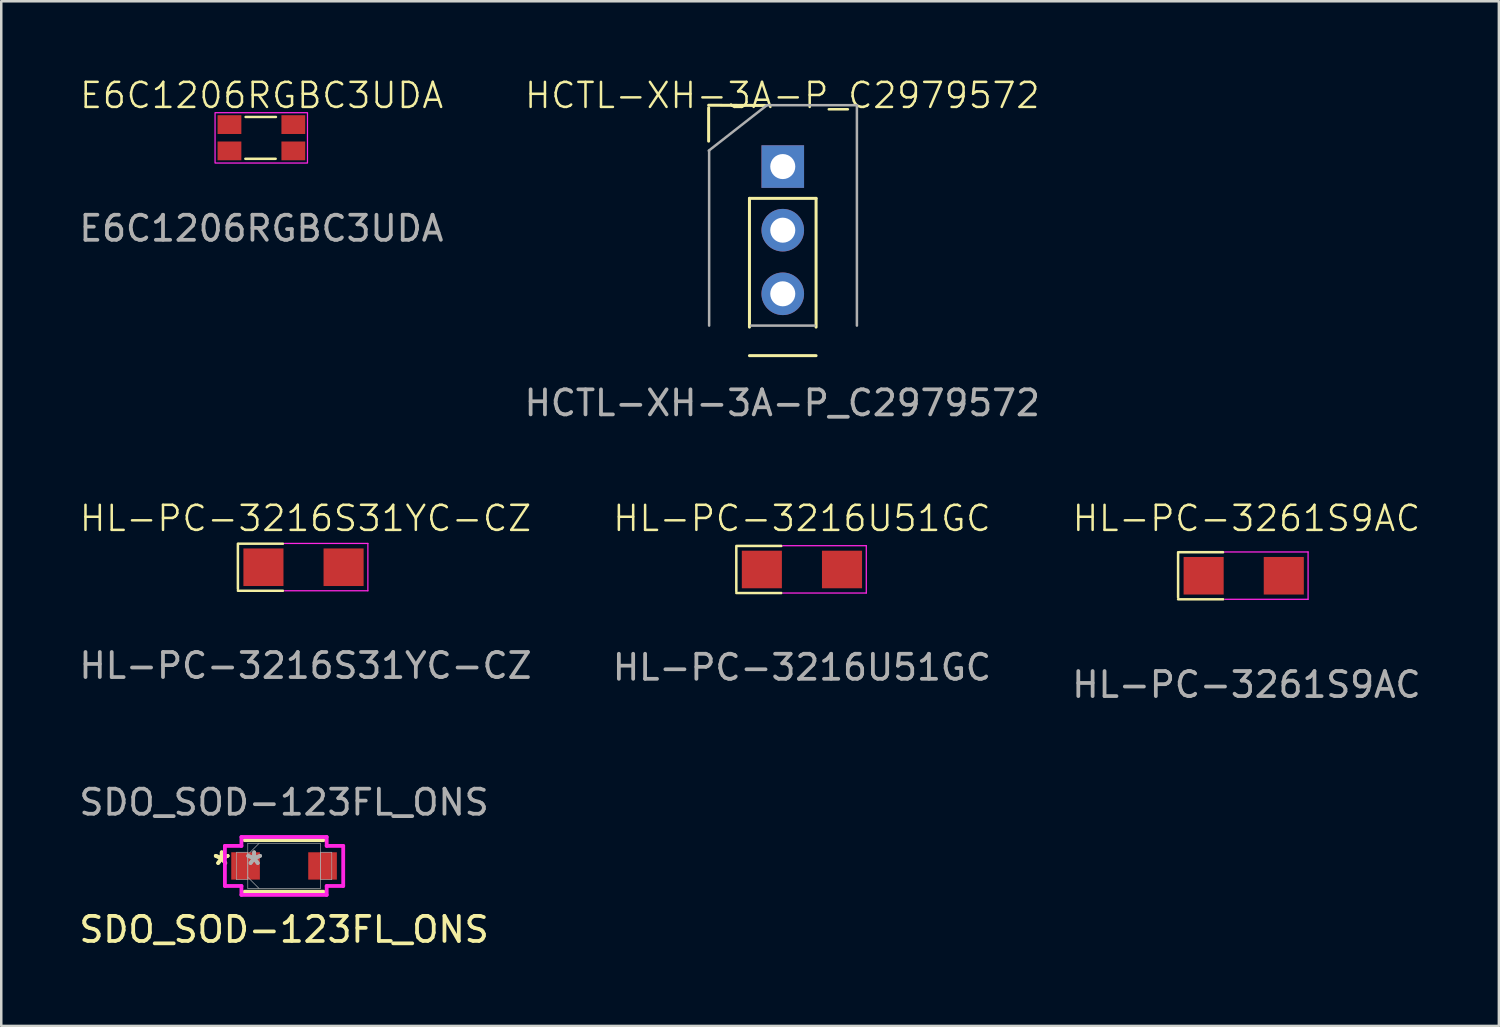
<source format=kicad_pcb>
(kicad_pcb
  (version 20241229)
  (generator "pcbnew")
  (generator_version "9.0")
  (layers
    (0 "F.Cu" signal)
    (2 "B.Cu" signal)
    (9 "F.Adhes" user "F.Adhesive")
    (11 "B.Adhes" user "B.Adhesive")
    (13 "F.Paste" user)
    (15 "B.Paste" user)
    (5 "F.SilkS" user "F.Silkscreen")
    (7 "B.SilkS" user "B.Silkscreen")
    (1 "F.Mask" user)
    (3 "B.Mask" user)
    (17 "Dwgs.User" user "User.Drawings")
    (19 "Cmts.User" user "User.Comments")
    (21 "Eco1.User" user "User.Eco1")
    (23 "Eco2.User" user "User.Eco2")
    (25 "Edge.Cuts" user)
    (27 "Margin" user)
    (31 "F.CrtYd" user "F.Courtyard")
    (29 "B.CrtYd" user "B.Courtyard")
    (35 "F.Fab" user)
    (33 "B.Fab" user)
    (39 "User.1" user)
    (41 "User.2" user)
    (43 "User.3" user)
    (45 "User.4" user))
  (footprint "E6C1206RGBC3UDA"
    (layer "F.Cu")
    (at 7.387 2.45)
    (property "Reference" "E6C1206RGBC3UDA" (at 0.01 -1.69 0) (unlocked yes) (layer "F.SilkS") (effects (font (size 1 1) (thickness 0.1))))
    (attr smd)
    (fp_line (start -0.64 0.84) (end 0.57 0.84) (stroke (width 0.1) (type default)) (layer "F.SilkS"))
    (fp_line (start -0.63 -0.83) (end 0.58 -0.83) (stroke (width 0.1) (type default)) (layer "F.SilkS"))
    (fp_rect (start -1.85 -1) (end 1.84 1.01) (stroke (width 0.05) (type default)) (fill no) (layer "F.CrtYd"))
    (fp_text user "${REFERENCE}" (at 0 3.62 0) (unlocked yes) (layer "F.Fab") (effects (font (size 1 1) (thickness 0.15))))
    (pad "1" smd rect (at -1.275 -0.525) (size 0.95 0.75) (layers "F.Cu" "F.Mask" "F.Paste"))
    (pad "2" smd rect (at 1.275 -0.525) (size 0.95 0.75) (layers "F.Cu" "F.Mask" "F.Paste"))
    (pad "3" smd rect (at -1.275 0.525) (size 0.95 0.75) (layers "F.Cu" "F.Mask" "F.Paste"))
    (pad "4" smd rect (at 1.275 0.525) (size 0.95 0.75) (layers "F.Cu" "F.Mask" "F.Paste")))
  (footprint "HL-PC-3216U51GC"
    (layer "F.Cu")
    (at 28.97 19.689)
    (property "Reference" "HL-PC-3216U51GC" (at 0 -2.04 0) (unlocked yes) (layer "F.SilkS") (effects (font (size 1 1) (thickness 0.1))))
    (attr smd)
    (fp_line (start -2.62 0.87) (end -2.62 -0.94) (stroke (width 0.1) (type default)) (layer "F.SilkS"))
    (fp_line (start -2.62 0.94) (end -0.82 0.94) (stroke (width 0.1) (type default)) (layer "F.SilkS"))
    (fp_line (start -2.58 -0.94) (end -0.82 -0.94) (stroke (width 0.1) (type default)) (layer "F.SilkS"))
    (fp_line (start -0.76 -0.95) (end 2.57 -0.95) (stroke (width 0.05) (type default)) (layer "F.CrtYd"))
    (fp_line (start 2.57 -0.95) (end 2.57 0.94) (stroke (width 0.05) (type default)) (layer "F.CrtYd"))
    (fp_line (start 2.57 0.94) (end -0.75 0.94) (stroke (width 0.05) (type default)) (layer "F.CrtYd"))
    (fp_text user "${REFERENCE}" (at 0 3.91 0) (unlocked yes) (layer "F.Fab") (effects (font (size 1 1) (thickness 0.15))))
    (pad "1" smd rect (at -1.6 0) (size 1.6 1.5) (layers "F.Cu" "F.Mask" "F.Paste"))
    (pad "2" smd rect (at 1.6 0) (size 1.6 1.5) (layers "F.Cu" "F.Mask" "F.Paste")))
  (footprint "SDO_SOD-123FL_ONS"
    (layer "F.Cu")
    (at 8.292 31.526)
    (property "Reference" "SDO_SOD-123FL_ONS" (at 0 2.54 0) (unlocked yes) (layer "F.SilkS") (effects (font (size 1 1) (thickness 0.15))))
    (attr smd)
    (fp_line (start -1.575 1.029) (end 1.575 1.029) (stroke (width 0.152) (type solid)) (layer "F.SilkS"))
    (fp_line (start 1.575 -1.029) (end -1.575 -1.029) (stroke (width 0.152) (type solid)) (layer "F.SilkS"))
    (fp_line (start -2.362 -0.8) (end -1.702 -0.8) (stroke (width 0.152) (type solid)) (layer "F.CrtYd"))
    (fp_line (start -2.362 0.8) (end -2.362 -0.8) (stroke (width 0.152) (type solid)) (layer "F.CrtYd"))
    (fp_line (start -1.702 -1.156) (end 1.702 -1.156) (stroke (width 0.152) (type solid)) (layer "F.CrtYd"))
    (fp_line (start -1.702 -0.8) (end -1.702 -1.156) (stroke (width 0.152) (type solid)) (layer "F.CrtYd"))
    (fp_line (start -1.702 0.8) (end -2.362 0.8) (stroke (width 0.152) (type solid)) (layer "F.CrtYd"))
    (fp_line (start -1.702 1.156) (end -1.702 0.8) (stroke (width 0.152) (type solid)) (layer "F.CrtYd"))
    (fp_line (start 1.702 -1.156) (end 1.702 -0.8) (stroke (width 0.152) (type solid)) (layer "F.CrtYd"))
    (fp_line (start 1.702 -0.8) (end 2.362 -0.8) (stroke (width 0.152) (type solid)) (layer "F.CrtYd"))
    (fp_line (start 1.702 0.8) (end 1.702 1.156) (stroke (width 0.152) (type solid)) (layer "F.CrtYd"))
    (fp_line (start 1.702 1.156) (end -1.702 1.156) (stroke (width 0.152) (type solid)) (layer "F.CrtYd"))
    (fp_line (start 2.362 -0.8) (end 2.362 0.8) (stroke (width 0.152) (type solid)) (layer "F.CrtYd"))
    (fp_line (start 2.362 0.8) (end 1.702 0.8) (stroke (width 0.152) (type solid)) (layer "F.CrtYd"))
    (fp_line (start -1.905 -0.546) (end -1.905 0.546) (stroke (width 0.025) (type solid)) (layer "F.Fab"))
    (fp_line (start -1.905 0.546) (end -1.448 0.546) (stroke (width 0.025) (type solid)) (layer "F.Fab"))
    (fp_line (start -1.448 -0.902) (end -1.448 0.902) (stroke (width 0.025) (type solid)) (layer "F.Fab"))
    (fp_line (start -1.448 -0.546) (end -1.905 -0.546) (stroke (width 0.025) (type solid)) (layer "F.Fab"))
    (fp_line (start -1.448 -0.451) (end -0.997 -0.902) (stroke (width 0.025) (type solid)) (layer "F.Fab"))
    (fp_line (start -1.448 0.451) (end -0.997 0.902) (stroke (width 0.025) (type solid)) (layer "F.Fab"))
    (fp_line (start -1.448 0.546) (end -1.448 -0.546) (stroke (width 0.025) (type solid)) (layer "F.Fab"))
    (fp_line (start -1.448 0.902) (end 1.448 0.902) (stroke (width 0.025) (type solid)) (layer "F.Fab"))
    (fp_line (start 1.448 -0.902) (end -1.448 -0.902) (stroke (width 0.025) (type solid)) (layer "F.Fab"))
    (fp_line (start 1.448 -0.546) (end 1.448 0.546) (stroke (width 0.025) (type solid)) (layer "F.Fab"))
    (fp_line (start 1.448 0.546) (end 1.905 0.546) (stroke (width 0.025) (type solid)) (layer "F.Fab"))
    (fp_line (start 1.448 0.902) (end 1.448 -0.902) (stroke (width 0.025) (type solid)) (layer "F.Fab"))
    (fp_line (start 1.905 -0.546) (end 1.448 -0.546) (stroke (width 0.025) (type solid)) (layer "F.Fab"))
    (fp_line (start 1.905 0.546) (end 1.905 -0.546) (stroke (width 0.025) (type solid)) (layer "F.Fab"))
    (fp_text user "*" (at -2.489 0 0) (layer "F.SilkS") (effects (font (size 1 1) (thickness 0.15))))
    (fp_text user "*" (at -2.489 0 0) (unlocked yes) (layer "F.SilkS") (effects (font (size 1 1) (thickness 0.15))))
    (fp_text user "*" (at -1.194 0 0) (unlocked yes) (layer "F.Fab") (effects (font (size 1 1) (thickness 0.15))))
    (fp_text user "*" (at -1.194 0 0) (layer "F.Fab") (effects (font (size 1 1) (thickness 0.15))))
    (fp_text user "${REFERENCE}" (at 0 -2.54 0) (unlocked yes) (layer "F.Fab") (effects (font (size 1 1) (thickness 0.15))))
    (pad "1" smd rect (at -1.537 0) (size 1.143 1.092) (layers "F.Cu" "F.Mask" "F.Paste"))
    (pad "2" smd rect (at 1.537 0) (size 1.143 1.092) (layers "F.Cu" "F.Mask" "F.Paste"))
    (zone (net_name "") (layer "F.Cu") (hatch full 0.508) (connect_pads) (min_thickness 0.254) (filled_areas_thickness no) (keepout (tracks not_allowed) (vias not_allowed) (pads allowed) (copperpour not_allowed) (footprints allowed)) (placement (enabled no)) (fill) (polygon (pts (xy 7.377 30.675) (xy 9.206 30.675) (xy 9.206 32.377) (xy 7.377 32.377)))))
  (footprint "HCTL-XH-3A-P_C2979572"
    (layer "F.Cu")
    (at 28.215 6.151)
    (property "Reference" "HCTL-XH-3A-P_C2979572" (at -0.03 -5.39 0) (unlocked yes) (layer "F.SilkS") (effects (font (size 1 1) (thickness 0.1))))
    (attr smd)
    (fp_line (start -2.97 -5) (end -0.71 -4.99) (stroke (width 0.12) (type solid)) (layer "F.SilkS"))
    (fp_line (start -2.97 -3.565) (end -2.97 -4.895) (stroke (width 0.12) (type solid)) (layer "F.SilkS"))
    (fp_line (start -1.34 -1.28) (end -1.34 3.86) (stroke (width 0.12) (type solid)) (layer "F.SilkS"))
    (fp_line (start -1.34 -1.28) (end 1.32 -1.28) (stroke (width 0.12) (type solid)) (layer "F.SilkS"))
    (fp_line (start -1.34 5) (end 1.32 5) (stroke (width 0.12) (type solid)) (layer "F.SilkS"))
    (fp_line (start 1.32 -1.28) (end 1.32 3.86) (stroke (width 0.12) (type solid)) (layer "F.SilkS"))
    (fp_line (start -2.965 -3.185) (end -0.645 -5) (stroke (width 0.1) (type solid)) (layer "F.Fab"))
    (fp_line (start -2.95 3.8) (end -2.95 -3.185) (stroke (width 0.1) (type solid)) (layer "F.Fab"))
    (fp_line (start -0.645 -5) (end 2.95 -5) (stroke (width 0.1) (type solid)) (layer "F.Fab"))
    (fp_line (start 1.26 3.8) (end -1.28 3.8) (stroke (width 0.1) (type solid)) (layer "F.Fab"))
    (fp_line (start 2.95 -5) (end 2.95 3.8) (stroke (width 0.1) (type solid)) (layer "F.Fab"))
    (fp_text user "${REFERENCE}" (at -0.03 6.89 0) (unlocked yes) (layer "F.Fab") (effects (font (size 1 1) (thickness 0.15))))
    (pad "1" thru_hole rect (at -0.01 -2.55) (size 1.7 1.7) (drill 1) (layers "*.Cu" "*.Mask"))
    (pad "2" thru_hole oval (at -0.01 -0.01) (size 1.7 1.7) (drill 1) (layers "*.Cu" "*.Mask"))
    (pad "3" thru_hole oval (at -0.01 2.53) (size 1.7 1.7) (drill 1) (layers "*.Cu" "*.Mask")))
  (footprint "HL-PC-3216S31YC-CZ"
    (layer "F.Cu")
    (at 9.149 19.609)
    (property "Reference" "HL-PC-3216S31YC-CZ" (at 0 -1.96 0) (unlocked yes) (layer "F.SilkS") (effects (font (size 1 1) (thickness 0.1))))
    (attr smd)
    (fp_line (start -2.7 0.86) (end -2.7 -0.95) (stroke (width 0.1) (type default)) (layer "F.SilkS"))
    (fp_line (start -2.7 0.93) (end -0.9 0.93) (stroke (width 0.1) (type default)) (layer "F.SilkS"))
    (fp_line (start -2.66 -0.95) (end -0.9 -0.95) (stroke (width 0.1) (type default)) (layer "F.SilkS"))
    (fp_line (start -0.84 -0.96) (end 2.49 -0.96) (stroke (width 0.05) (type default)) (layer "F.CrtYd"))
    (fp_line (start 2.49 -0.96) (end 2.49 0.93) (stroke (width 0.05) (type default)) (layer "F.CrtYd"))
    (fp_line (start 2.49 0.93) (end -0.83 0.93) (stroke (width 0.05) (type default)) (layer "F.CrtYd"))
    (fp_text user "${REFERENCE}" (at 0 3.92 0) (unlocked yes) (layer "F.Fab") (effects (font (size 1 1) (thickness 0.15))))
    (pad "1" smd rect (at -1.68 -0.01) (size 1.6 1.5) (layers "F.Cu" "F.Mask" "F.Paste"))
    (pad "2" smd rect (at 1.52 -0.01) (size 1.6 1.5) (layers "F.Cu" "F.Mask" "F.Paste")))
  (footprint "HL-PC-3261S9AC"
    (layer "F.Cu")
    (at 46.72 19.929)
    (property "Reference" "HL-PC-3261S9AC" (at 0 -2.28 0) (unlocked yes) (layer "F.SilkS") (effects (font (size 1 1) (thickness 0.1))))
    (attr smd)
    (fp_line (start -2.73 0.88) (end -2.73 -0.93) (stroke (width 0.1) (type default)) (layer "F.SilkS"))
    (fp_line (start -2.73 0.95) (end -0.93 0.95) (stroke (width 0.1) (type default)) (layer "F.SilkS"))
    (fp_line (start -2.69 -0.93) (end -0.93 -0.93) (stroke (width 0.1) (type default)) (layer "F.SilkS"))
    (fp_line (start -0.87 -0.94) (end 2.46 -0.94) (stroke (width 0.05) (type default)) (layer "F.CrtYd"))
    (fp_line (start 2.46 -0.94) (end 2.46 0.95) (stroke (width 0.05) (type default)) (layer "F.CrtYd"))
    (fp_line (start 2.46 0.95) (end -0.86 0.95) (stroke (width 0.05) (type default)) (layer "F.CrtYd"))
    (fp_text user "${REFERENCE}" (at 0 4.36 0) (unlocked yes) (layer "F.Fab") (effects (font (size 1 1) (thickness 0.15))))
    (pad "1" smd rect (at -1.71 0.01) (size 1.6 1.5) (layers "F.Cu" "F.Mask" "F.Paste"))
    (pad "2" smd rect (at 1.49 0.01) (size 1.6 1.5) (layers "F.Cu" "F.Mask" "F.Paste")))
  (gr_rect
    (start -3 -3)
    (end 56.798 37.914)
    (stroke (width 0.1) (type default))
    (fill no)
    (layer "Edge.Cuts")))
</source>
